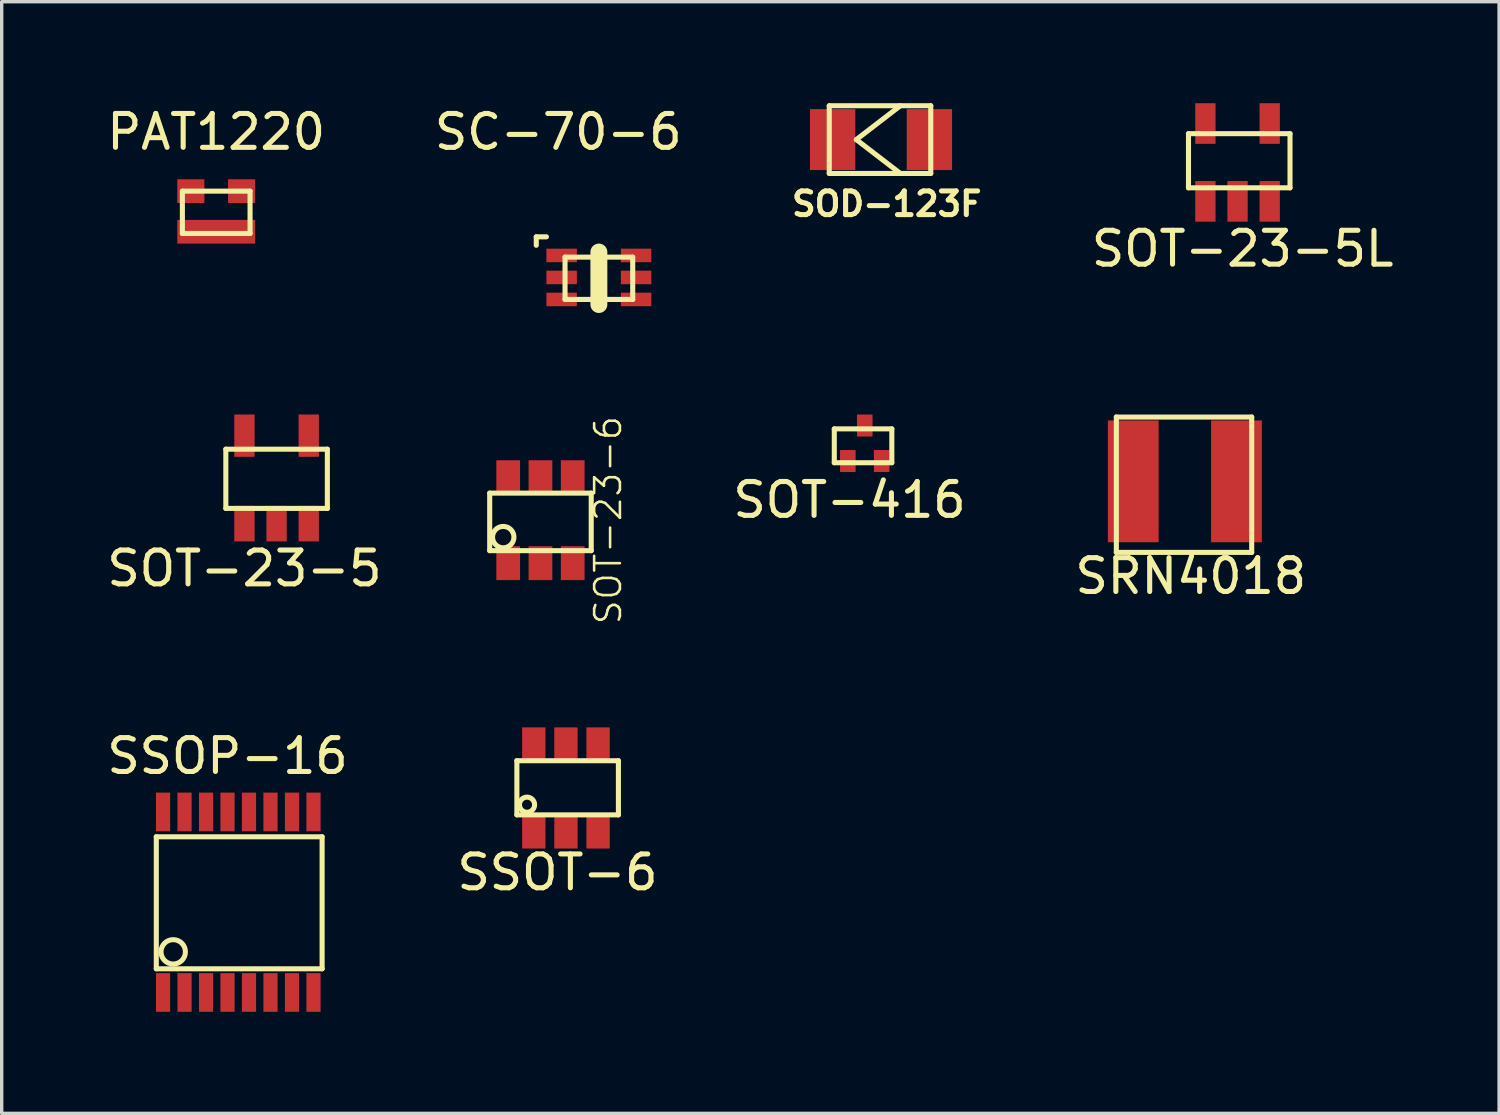
<source format=kicad_pcb>
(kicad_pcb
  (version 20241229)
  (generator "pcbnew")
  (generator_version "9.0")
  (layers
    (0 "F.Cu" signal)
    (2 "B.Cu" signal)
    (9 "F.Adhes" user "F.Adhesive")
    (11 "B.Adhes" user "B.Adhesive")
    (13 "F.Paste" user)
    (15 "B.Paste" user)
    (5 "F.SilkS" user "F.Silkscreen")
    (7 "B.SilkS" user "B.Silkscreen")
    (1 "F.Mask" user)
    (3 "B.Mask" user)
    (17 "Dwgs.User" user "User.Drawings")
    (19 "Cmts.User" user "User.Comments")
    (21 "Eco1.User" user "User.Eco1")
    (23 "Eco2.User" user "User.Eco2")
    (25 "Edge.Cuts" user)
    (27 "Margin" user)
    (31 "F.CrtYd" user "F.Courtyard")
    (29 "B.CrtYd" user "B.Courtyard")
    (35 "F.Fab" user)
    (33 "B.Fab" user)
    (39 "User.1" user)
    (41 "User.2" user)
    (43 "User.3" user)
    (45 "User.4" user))
  (footprint "SOT-416"
    (layer "F.Cu")
    (at 22.002 10.573)
    (property "Reference" "SOT-416" (at 0.05 1.15 0) (layer "F.SilkS") (effects (font (size 1 1) (thickness 0.15))))
    (attr through_hole)
    (fp_line (start -0.4 -0.95) (end 1.3 -0.95) (stroke (width 0.15) (type solid)) (layer "F.SilkS"))
    (fp_line (start -0.4 0.05) (end -0.4 -0.95) (stroke (width 0.15) (type solid)) (layer "F.SilkS"))
    (fp_line (start 1.3 -0.95) (end 1.3 0.05) (stroke (width 0.15) (type solid)) (layer "F.SilkS"))
    (fp_line (start 1.3 0.05) (end -0.4 0.05) (stroke (width 0.15) (type solid)) (layer "F.SilkS"))
    (pad "1" smd rect (at 0 0) (size 0.46 0.65) (layers "F.Cu" "F.Mask" "F.Paste"))
    (pad "2" smd rect (at 1 0) (size 0.46 0.65) (layers "F.Cu" "F.Mask" "F.Paste"))
    (pad "3" smd rect (at 0.5 -1.05) (size 0.46 0.65) (layers "F.Cu" "F.Mask" "F.Paste")))
  (footprint "SSOT-6"
    (layer "F.Cu")
    (at 13.823 20.328)
    (property "Reference" "SSOT-6" (at -0.4 2.4 0) (layer "F.SilkS") (effects (font (size 1 1) (thickness 0.15))))
    (attr through_hole)
    (fp_line (start -1.6 -0.9) (end 1.4 -0.9) (stroke (width 0.15) (type solid)) (layer "F.SilkS"))
    (fp_line (start -1.6 0.7) (end -1.6 -0.9) (stroke (width 0.15) (type solid)) (layer "F.SilkS"))
    (fp_line (start 1.4 -0.9) (end 1.4 0.7) (stroke (width 0.15) (type solid)) (layer "F.SilkS"))
    (fp_line (start 1.4 0.7) (end -1.6 0.7) (stroke (width 0.15) (type solid)) (layer "F.SilkS"))
    (fp_circle (center -1.3 0.4) (end -1.1 0.3) (stroke (width 0.15) (type solid)) (fill no) (layer "F.SilkS"))
    (pad "1" smd rect (at -1.1 1.2) (size 0.69 0.99) (layers "F.Cu" "F.Mask" "F.Paste"))
    (pad "2" smd rect (at -0.15 1.2) (size 0.69 0.99) (layers "F.Cu" "F.Mask" "F.Paste"))
    (pad "3" smd rect (at 0.8 1.2) (size 0.69 0.99) (layers "F.Cu" "F.Mask" "F.Paste"))
    (pad "4" smd rect (at 0.8 -1.39) (size 0.69 0.99) (layers "F.Cu" "F.Mask" "F.Paste"))
    (pad "5" smd rect (at -0.15 -1.39) (size 0.69 0.99) (layers "F.Cu" "F.Mask" "F.Paste"))
    (pad "6" smd rect (at -1.1 -1.39) (size 0.69 0.99) (layers "F.Cu" "F.Mask" "F.Paste")))
  (footprint "SRN4018"
    (layer "F.Cu")
    (at 30.436 11.173)
    (property "Reference" "SRN4018" (at 1.7 2.8 0) (layer "F.SilkS") (effects (font (size 1 1) (thickness 0.15))))
    (attr through_hole)
    (fp_line (start -0.5 -1.9) (end 3.5 -1.9) (stroke (width 0.15) (type solid)) (layer "F.SilkS"))
    (fp_line (start -0.5 2.1) (end -0.5 -1.9) (stroke (width 0.15) (type solid)) (layer "F.SilkS"))
    (fp_line (start 3.5 -1.9) (end 3.5 2.1) (stroke (width 0.15) (type solid)) (layer "F.SilkS"))
    (fp_line (start 3.5 2.1) (end -0.5 2.1) (stroke (width 0.15) (type solid)) (layer "F.SilkS"))
    (pad "1" smd rect (at 0 0) (size 1.5 3.6) (layers "F.Cu" "F.Mask" "F.Paste"))
    (pad "2" smd rect (at 3.05 0) (size 1.5 3.6) (layers "F.Cu" "F.Mask" "F.Paste")))
  (footprint "SOD-123F"
    (layer "F.Cu")
    (at 23.053 1.175)
    (property "Reference" "SOD-123F" (at 0.1 1.8 0) (layer "F.SilkS") (effects (font (size 0.7 0.7) (thickness 0.15))))
    (attr through_hole)
    (fp_line (start -1.6 -1.1) (end -1.6 0.9) (stroke (width 0.15) (type solid)) (layer "F.SilkS"))
    (fp_line (start -1.6 0.9) (end 1.4 0.9) (stroke (width 0.15) (type solid)) (layer "F.SilkS"))
    (fp_line (start -0.8 -0.1) (end 0.5 0.9) (stroke (width 0.15) (type solid)) (layer "F.SilkS"))
    (fp_line (start 0.5 -1.1) (end -0.8 -0.1) (stroke (width 0.15) (type solid)) (layer "F.SilkS"))
    (fp_line (start 1.4 -1.1) (end -1.6 -1.1) (stroke (width 0.15) (type solid)) (layer "F.SilkS"))
    (fp_line (start 1.4 0.9) (end 1.4 -1.1) (stroke (width 0.15) (type solid)) (layer "F.SilkS"))
    (pad "1" smd rect (at -1.5 -0.1) (size 1.34 1.8) (layers "F.Cu" "F.Mask" "F.Paste"))
    (pad "2" smd rect (at 1.36 -0.1) (size 1.34 1.8) (layers "F.Cu" "F.Mask" "F.Paste")))
  (footprint "PAT1220"
    (layer "F.Cu")
    (at 2.589 2.598)
    (property "Reference" "PAT1220" (at 0.75 -1.75 0) (layer "F.SilkS") (effects (font (size 1 1) (thickness 0.15))))
    (attr through_hole)
    (fp_line (start -0.25 0) (end -0.25 1.25) (stroke (width 0.15) (type solid)) (layer "F.SilkS"))
    (fp_line (start -0.25 1.25) (end 1.75 1.25) (stroke (width 0.15) (type solid)) (layer "F.SilkS"))
    (fp_line (start 1.75 0) (end -0.25 0) (stroke (width 0.15) (type solid)) (layer "F.SilkS"))
    (fp_line (start 1.75 1.25) (end 1.75 0) (stroke (width 0.15) (type solid)) (layer "F.SilkS"))
    (pad "1" smd rect (at 0 0) (size 0.8 0.7) (layers "F.Cu" "F.Mask" "F.Paste"))
    (pad "2" smd rect (at 1.5 0) (size 0.8 0.7) (layers "F.Cu" "F.Mask" "F.Paste"))
    (pad "3" smd rect (at 0.75 1.2) (size 2.3 0.7) (layers "F.Cu" "F.Mask" "F.Paste")))
  (footprint "SOT-23-5L"
    (layer "F.Cu")
    (at 32.568 2.9)
    (property "Reference" "SOT-23-5L" (at 1.1 1.4 0) (layer "F.SilkS") (effects (font (size 1 1) (thickness 0.15))))
    (attr through_hole)
    (fp_line (start -0.5 -2) (end 2.5 -2) (stroke (width 0.15) (type solid)) (layer "F.SilkS"))
    (fp_line (start -0.5 -0.4) (end -0.5 -2) (stroke (width 0.15) (type solid)) (layer "F.SilkS"))
    (fp_line (start 2.5 -2) (end 2.5 -0.4) (stroke (width 0.15) (type solid)) (layer "F.SilkS"))
    (fp_line (start 2.5 -0.4) (end -0.5 -0.4) (stroke (width 0.15) (type solid)) (layer "F.SilkS"))
    (pad "1" smd rect (at 0 0) (size 0.6 1.2) (layers "F.Cu" "F.Mask" "F.Paste"))
    (pad "2" smd rect (at 0.95 0) (size 0.6 1.2) (layers "F.Cu" "F.Mask" "F.Paste"))
    (pad "3" smd rect (at 1.9 0) (size 0.6 1.2) (layers "F.Cu" "F.Mask" "F.Paste"))
    (pad "4" smd rect (at 1.9 -2.3) (size 0.6 1.2) (layers "F.Cu" "F.Mask" "F.Paste"))
    (pad "5" smd rect (at 0 -2.3) (size 0.6 1.2) (layers "F.Cu" "F.Mask" "F.Paste")))
  (footprint "SOT-23-5"
    (layer "F.Cu")
    (at 4.173 12.423)
    (property "Reference" "SOT-23-5" (at 0 1.325 0) (layer "F.SilkS") (effects (font (size 1 1) (thickness 0.15))))
    (attr through_hole)
    (fp_line (start -0.55 -2.2) (end -0.55 -0.45) (stroke (width 0.15) (type solid)) (layer "F.SilkS"))
    (fp_line (start -0.55 -0.45) (end 2.45 -0.45) (stroke (width 0.15) (type solid)) (layer "F.SilkS"))
    (fp_line (start 2.45 -2.2) (end -0.55 -2.2) (stroke (width 0.15) (type solid)) (layer "F.SilkS"))
    (fp_line (start 2.45 -0.45) (end 2.45 -2.2) (stroke (width 0.15) (type solid)) (layer "F.SilkS"))
    (pad "1" smd rect (at 0 0) (size 0.6 1.05) (layers "F.Cu" "F.Mask" "F.Paste"))
    (pad "2" smd rect (at 0.95 0) (size 0.6 1.05) (layers "F.Cu" "F.Mask" "F.Paste"))
    (pad "3" smd rect (at 1.9 0) (size 0.6 1.05) (layers "F.Cu" "F.Mask" "F.Paste"))
    (pad "4" smd rect (at 1.9 -2.6) (size 0.6 1.25) (layers "F.Cu" "F.Mask" "F.Paste"))
    (pad "5" smd rect (at 0 -2.6) (size 0.6 1.25) (layers "F.Cu" "F.Mask" "F.Paste")))
  (footprint "SSOP-16"
    (layer "F.Cu")
    (at 1.768 26.276)
    (property "Reference" "SSOP-16" (at 1.905 -6.985 0) (layer "F.SilkS") (effects (font (size 1 1) (thickness 0.15))))
    (attr through_hole)
    (fp_line (start -0.2 -4.6) (end 4.7 -4.6) (stroke (width 0.15) (type solid)) (layer "F.SilkS"))
    (fp_line (start -0.2 -0.7) (end -0.2 -4.6) (stroke (width 0.15) (type solid)) (layer "F.SilkS"))
    (fp_line (start 4.7 -4.6) (end 4.7 -0.7) (stroke (width 0.15) (type solid)) (layer "F.SilkS"))
    (fp_line (start 4.7 -0.7) (end -0.2 -0.7) (stroke (width 0.15) (type solid)) (layer "F.SilkS"))
    (fp_circle (center 0.3 -1.2) (end 0.5 -1.5) (stroke (width 0.15) (type solid)) (fill no) (layer "F.SilkS"))
    (pad "1" smd rect (at 0 0) (size 0.419 1.143) (layers "F.Cu" "F.Mask" "F.Paste"))
    (pad "2" smd rect (at 0.635 0) (size 0.419 1.143) (layers "F.Cu" "F.Mask" "F.Paste"))
    (pad "3" smd rect (at 1.27 0) (size 0.419 1.143) (layers "F.Cu" "F.Mask" "F.Paste"))
    (pad "4" smd rect (at 1.905 0) (size 0.419 1.143) (layers "F.Cu" "F.Mask" "F.Paste"))
    (pad "5" smd rect (at 2.54 0) (size 0.419 1.143) (layers "F.Cu" "F.Mask" "F.Paste"))
    (pad "6" smd rect (at 3.175 0) (size 0.419 1.143) (layers "F.Cu" "F.Mask" "F.Paste"))
    (pad "7" smd rect (at 3.81 0) (size 0.419 1.143) (layers "F.Cu" "F.Mask" "F.Paste"))
    (pad "8" smd rect (at 4.445 0) (size 0.419 1.143) (layers "F.Cu" "F.Mask" "F.Paste"))
    (pad "9" smd rect (at 4.445 -5.334) (size 0.419 1.143) (layers "F.Cu" "F.Mask" "F.Paste"))
    (pad "10" smd rect (at 3.81 -5.334) (size 0.419 1.143) (layers "F.Cu" "F.Mask" "F.Paste"))
    (pad "11" smd rect (at 3.175 -5.334) (size 0.419 1.143) (layers "F.Cu" "F.Mask" "F.Paste"))
    (pad "12" smd rect (at 2.54 -5.334) (size 0.419 1.143) (layers "F.Cu" "F.Mask" "F.Paste"))
    (pad "13" smd rect (at 1.905 -5.334) (size 0.419 1.143) (layers "F.Cu" "F.Mask" "F.Paste"))
    (pad "14" smd rect (at 1.27 -5.334) (size 0.419 1.143) (layers "F.Cu" "F.Mask" "F.Paste"))
    (pad "15" smd rect (at 0.635 -5.334) (size 0.419 1.143) (layers "F.Cu" "F.Mask" "F.Paste"))
    (pad "16" smd rect (at 0 -5.334) (size 0.419 1.143) (layers "F.Cu" "F.Mask" "F.Paste")))
  (footprint "SOT-23-6"
    (layer "F.Cu")
    (at 12.92 12.321)
    (property "Reference" "SOT-23-6" (at 1.999 0 90) (layer "F.SilkS") (effects (font (size 0.762 0.762) (thickness 0.076))))
    (attr through_hole)
    (fp_line (start -1.5 -0.8) (end 1.5 -0.8) (stroke (width 0.15) (type solid)) (layer "F.SilkS"))
    (fp_line (start -1.5 0.9) (end -1.5 -0.8) (stroke (width 0.15) (type solid)) (layer "F.SilkS"))
    (fp_line (start 1.5 -0.8) (end 1.5 0.9) (stroke (width 0.15) (type solid)) (layer "F.SilkS"))
    (fp_line (start 1.5 0.9) (end -1.5 0.9) (stroke (width 0.15) (type solid)) (layer "F.SilkS"))
    (fp_circle (center -1.1 0.5) (end -1 0.2) (stroke (width 0.15) (type solid)) (fill no) (layer "F.SilkS"))
    (pad "1" smd rect (at -0.953 1.27) (size 0.701 1.001) (layers "F.Cu" "F.Mask" "F.Paste"))
    (pad "2" smd rect (at 0 1.27) (size 0.701 1.001) (layers "F.Cu" "F.Mask" "F.Paste"))
    (pad "3" smd rect (at 0.953 1.27) (size 0.701 1.001) (layers "F.Cu" "F.Mask" "F.Paste"))
    (pad "4" smd rect (at 0.953 -1.27) (size 0.701 1.001) (layers "F.Cu" "F.Mask" "F.Paste"))
    (pad "5" smd rect (at 0 -1.27) (size 0.701 1.001) (layers "F.Cu" "F.Mask" "F.Paste"))
    (pad "6" smd rect (at -0.953 -1.27) (size 0.701 1.001) (layers "F.Cu" "F.Mask" "F.Paste")))
  (footprint "SC-70-6"
    (layer "F.Cu")
    (at 13.546 4.498)
    (property "Reference" "SC-70-6" (at -0.1 -3.65 0) (layer "F.SilkS") (effects (font (size 1 1) (thickness 0.15))))
    (attr through_hole)
    (fp_line (start -0.75 -0.55) (end -0.75 -0.3) (stroke (width 0.15) (type solid)) (layer "F.SilkS"))
    (fp_line (start -0.45 -0.55) (end -0.75 -0.55) (stroke (width 0.15) (type solid)) (layer "F.SilkS"))
    (fp_line (start 0.1 0.05) (end 0.1 1.3) (stroke (width 0.15) (type solid)) (layer "F.SilkS"))
    (fp_line (start 0.1 1.3) (end 2.1 1.3) (stroke (width 0.15) (type solid)) (layer "F.SilkS"))
    (fp_line (start 1.1 1.45) (end 1.1 -0.1) (stroke (width 0.5) (type solid)) (layer "F.SilkS"))
    (fp_line (start 2.1 0.05) (end 0.1 0.05) (stroke (width 0.15) (type solid)) (layer "F.SilkS"))
    (fp_line (start 2.1 1.3) (end 2.1 0.05) (stroke (width 0.15) (type solid)) (layer "F.SilkS"))
    (pad "1" smd rect (at 0 0) (size 0.9 0.4) (layers "F.Cu" "F.Mask" "F.Paste"))
    (pad "2" smd rect (at 0 0.65) (size 0.9 0.4) (layers "F.Cu" "F.Mask" "F.Paste"))
    (pad "3" smd rect (at 0 1.3) (size 0.9 0.4) (layers "F.Cu" "F.Mask" "F.Paste"))
    (pad "4" smd rect (at 2.2 1.3) (size 0.9 0.4) (layers "F.Cu" "F.Mask" "F.Paste"))
    (pad "5" smd rect (at 2.2 0.65) (size 0.9 0.4) (layers "F.Cu" "F.Mask" "F.Paste"))
    (pad "6" smd rect (at 2.2 0) (size 0.9 0.4) (layers "F.Cu" "F.Mask" "F.Paste")))
  (gr_rect
    (start -3 -3)
    (end 41.246 29.848)
    (stroke (width 0.1) (type default))
    (fill no)
    (layer "Edge.Cuts")))
</source>
